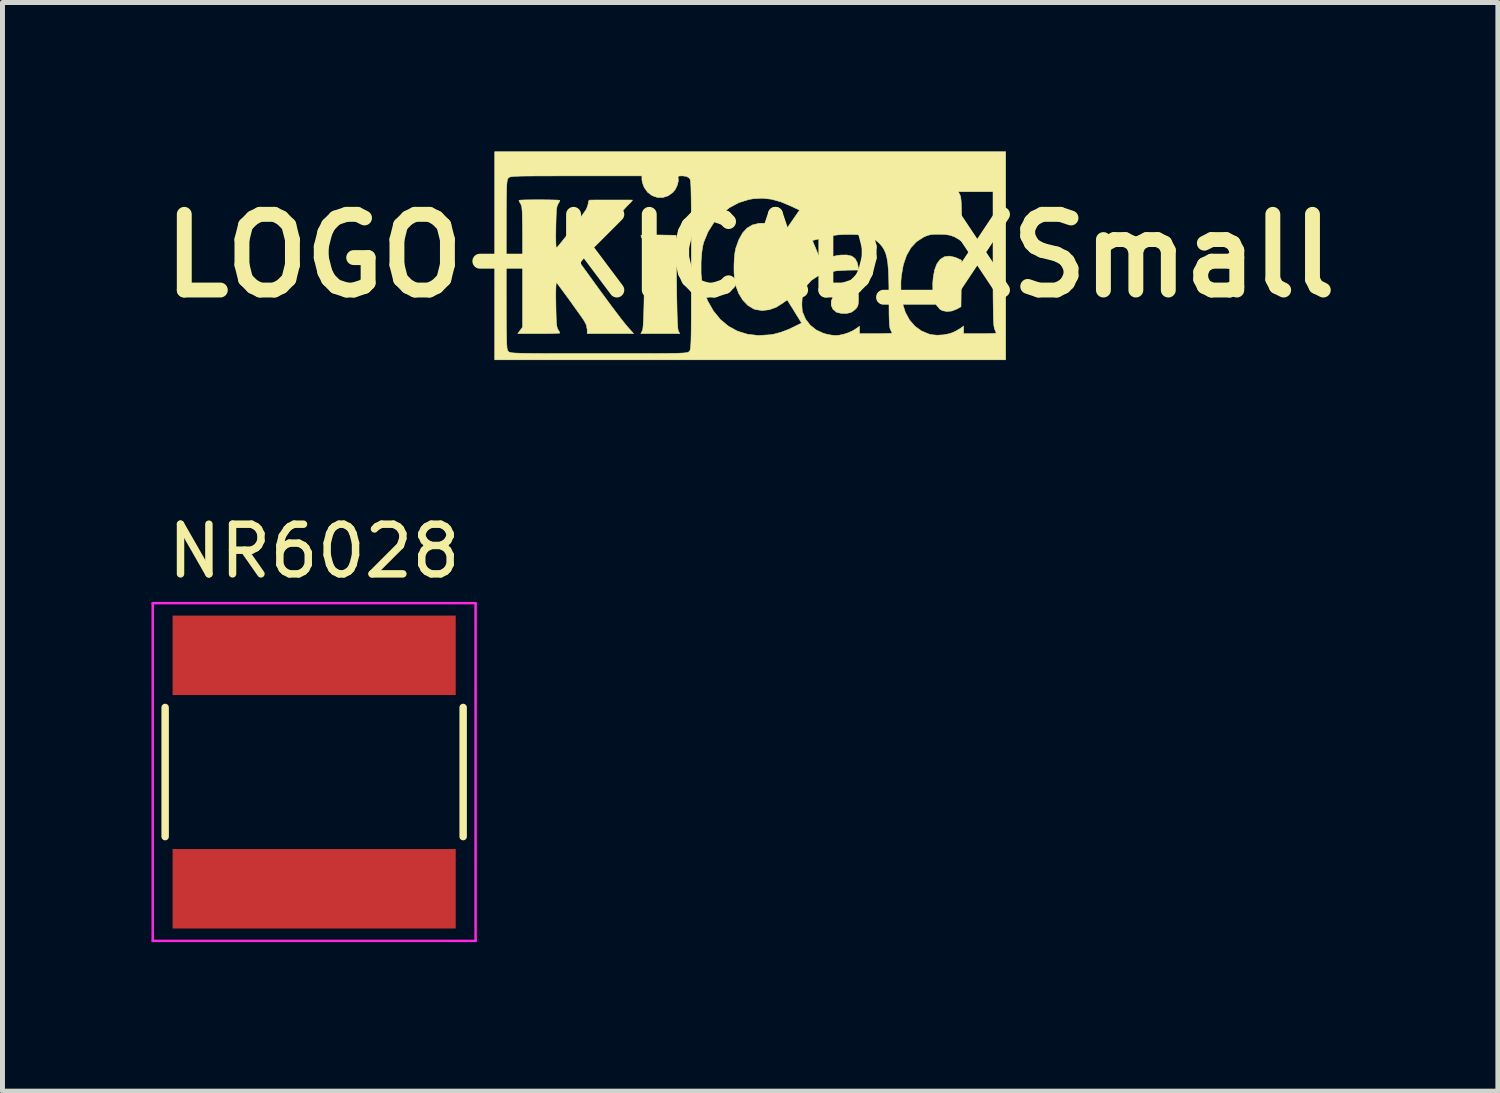
<source format=kicad_pcb>
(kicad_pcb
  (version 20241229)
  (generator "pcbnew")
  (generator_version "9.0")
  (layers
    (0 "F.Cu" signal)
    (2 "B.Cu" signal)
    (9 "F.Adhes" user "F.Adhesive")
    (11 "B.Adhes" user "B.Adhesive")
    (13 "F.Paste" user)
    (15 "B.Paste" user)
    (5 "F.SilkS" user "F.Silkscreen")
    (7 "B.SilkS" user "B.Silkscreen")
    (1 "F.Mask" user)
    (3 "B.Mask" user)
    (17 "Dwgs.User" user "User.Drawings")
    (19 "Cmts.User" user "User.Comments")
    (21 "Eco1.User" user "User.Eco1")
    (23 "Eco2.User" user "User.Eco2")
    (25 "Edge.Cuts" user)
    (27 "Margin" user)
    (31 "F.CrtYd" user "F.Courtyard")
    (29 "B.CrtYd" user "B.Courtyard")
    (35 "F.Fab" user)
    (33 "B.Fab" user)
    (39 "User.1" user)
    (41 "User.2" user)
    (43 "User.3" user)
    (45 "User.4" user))
  (footprint "LOGO-KICAD_XSmall"
    (layer "F.Cu")
    (at 12.054 2.1)
    (property "Reference" "LOGO-KICAD_XSmall" (at 0 0 0) (layer "F.SilkS") (effects (font (size 1.524 1.524) (thickness 0.3))))
    (attr through_hole)
    (fp_poly (pts (xy 4.125 0.031) (xy 4.178 0.053) (xy 4.255 0.09) (xy 4.244 1.025) (xy 4.159 1.073) (xy 4.062 1.111) (xy 3.961 1.122) (xy 3.871 1.104) (xy 3.823 1.078) (xy 3.752 0.995) (xy 3.704 0.879) (xy 3.678 0.73) (xy 3.676 0.55) (xy 3.684 0.448) (xy 3.712 0.286) (xy 3.76 0.161) (xy 3.826 0.072) (xy 3.91 0.02) (xy 4.01 0.006) (xy 4.125 0.031)) (stroke (width 0.01) (type solid)) (fill yes) (layer "F.SilkS"))
    (fp_poly (pts (xy 2.133 0.691) (xy 2.157 0.701) (xy 2.172 0.721) (xy 2.178 0.762) (xy 2.18 0.833) (xy 2.18 0.857) (xy 2.178 0.941) (xy 2.17 0.996) (xy 2.153 1.034) (xy 2.128 1.066) (xy 2.076 1.111) (xy 2.023 1.143) (xy 2.021 1.143) (xy 1.938 1.161) (xy 1.844 1.16) (xy 1.759 1.143) (xy 1.731 1.131) (xy 1.665 1.074) (xy 1.632 0.998) (xy 1.632 0.913) (xy 1.667 0.83) (xy 1.684 0.806) (xy 1.756 0.749) (xy 1.854 0.707) (xy 1.965 0.683) (xy 2.075 0.681) (xy 2.133 0.691)) (stroke (width 0.01) (type solid)) (fill yes) (layer "F.SilkS"))
    (fp_poly (pts (xy -1.847 -0.419) (xy -1.492 -0.413) (xy -1.482 0.529) (xy -1.479 0.77) (xy -1.475 0.971) (xy -1.472 1.136) (xy -1.468 1.268) (xy -1.463 1.369) (xy -1.458 1.442) (xy -1.452 1.49) (xy -1.445 1.516) (xy -1.444 1.519) (xy -1.417 1.566) (xy -2.202 1.566) (xy -2.17 1.504) (xy -2.161 1.466) (xy -2.154 1.391) (xy -2.148 1.286) (xy -2.143 1.155) (xy -2.139 1.005) (xy -2.136 0.841) (xy -2.135 0.668) (xy -2.135 0.493) (xy -2.136 0.321) (xy -2.139 0.157) (xy -2.142 0.007) (xy -2.147 -0.123) (xy -2.153 -0.228) (xy -2.161 -0.301) (xy -2.169 -0.338) (xy -2.17 -0.339) (xy -2.192 -0.382) (xy -2.201 -0.408) (xy -2.181 -0.413) (xy -2.126 -0.417) (xy -2.042 -0.419) (xy -1.937 -0.419) (xy -1.847 -0.419)) (stroke (width 0.01) (type solid)) (fill yes) (layer "F.SilkS"))
    (fp_poly (pts (xy -4.158 -1.127) (xy -4.05 -1.126) (xy -3.956 -1.124) (xy -3.883 -1.122) (xy -3.84 -1.118) (xy -3.831 -1.116) (xy -3.842 -1.088) (xy -3.867 -1.044) (xy -3.868 -1.043) (xy -3.881 -1.017) (xy -3.891 -0.983) (xy -3.899 -0.932) (xy -3.904 -0.86) (xy -3.908 -0.76) (xy -3.911 -0.627) (xy -3.912 -0.562) (xy -3.914 -0.399) (xy -3.913 -0.278) (xy -3.909 -0.198) (xy -3.903 -0.161) (xy -3.898 -0.159) (xy -3.866 -0.195) (xy -3.815 -0.257) (xy -3.749 -0.339) (xy -3.674 -0.435) (xy -3.594 -0.538) (xy -3.515 -0.641) (xy -3.442 -0.738) (xy -3.379 -0.823) (xy -3.331 -0.89) (xy -3.303 -0.931) (xy -3.301 -0.936) (xy -3.274 -0.999) (xy -3.26 -1.058) (xy -3.26 -1.068) (xy -3.249 -1.111) (xy -3.228 -1.122) (xy -3.197 -1.122) (xy -3.132 -1.123) (xy -3.042 -1.123) (xy -2.934 -1.123) (xy -2.818 -1.123) (xy -2.7 -1.123) (xy -2.589 -1.123) (xy -2.493 -1.123) (xy -2.42 -1.123) (xy -2.378 -1.122) (xy -2.372 -1.122) (xy -2.376 -1.109) (xy -2.406 -1.074) (xy -2.455 -1.025) (xy -2.467 -1.013) (xy -2.509 -0.969) (xy -2.573 -0.898) (xy -2.655 -0.803) (xy -2.75 -0.69) (xy -2.854 -0.565) (xy -2.963 -0.432) (xy -3.004 -0.381) (xy -3.427 0.143) (xy -3.015 0.712) (xy -2.909 0.856) (xy -2.806 0.996) (xy -2.708 1.126) (xy -2.621 1.241) (xy -2.548 1.334) (xy -2.493 1.402) (xy -2.475 1.423) (xy -2.347 1.566) (xy -3.281 1.566) (xy -3.281 1.486) (xy -3.299 1.393) (xy -3.341 1.311) (xy -3.369 1.269) (xy -3.416 1.202) (xy -3.477 1.116) (xy -3.547 1.018) (xy -3.621 0.915) (xy -3.695 0.813) (xy -3.765 0.718) (xy -3.825 0.637) (xy -3.87 0.576) (xy -3.897 0.543) (xy -3.899 0.54) (xy -3.906 0.553) (xy -3.91 0.605) (xy -3.913 0.694) (xy -3.914 0.817) (xy -3.912 0.971) (xy -3.912 0.975) (xy -3.909 1.129) (xy -3.906 1.247) (xy -3.902 1.335) (xy -3.896 1.397) (xy -3.888 1.44) (xy -3.878 1.471) (xy -3.868 1.487) (xy -3.842 1.53) (xy -3.831 1.555) (xy -3.831 1.555) (xy -3.851 1.558) (xy -3.907 1.561) (xy -3.993 1.564) (xy -4.102 1.566) (xy -4.228 1.566) (xy -4.255 1.566) (xy -4.679 1.566) (xy -4.631 1.501) (xy -4.583 1.436) (xy -4.583 0.225) (xy -4.583 -0.032) (xy -4.583 -0.251) (xy -4.583 -0.434) (xy -4.584 -0.584) (xy -4.586 -0.706) (xy -4.588 -0.803) (xy -4.59 -0.877) (xy -4.594 -0.934) (xy -4.598 -0.975) (xy -4.604 -1.004) (xy -4.611 -1.025) (xy -4.619 -1.041) (xy -4.624 -1.049) (xy -4.648 -1.091) (xy -4.656 -1.116) (xy -4.655 -1.117) (xy -4.63 -1.121) (xy -4.571 -1.124) (xy -4.486 -1.126) (xy -4.384 -1.127) (xy -4.272 -1.127) (xy -4.158 -1.127)) (stroke (width 0.01) (type solid)) (fill yes) (layer "F.SilkS"))
    (fp_poly (pts (xy 5.144 2.095) (xy -5.144 2.095) (xy -5.144 0.18) (xy -4.911 0.18) (xy -4.911 0.488) (xy -4.911 0.757) (xy -4.91 0.989) (xy -4.91 1.187) (xy -4.909 1.354) (xy -4.908 1.493) (xy -4.906 1.606) (xy -4.904 1.696) (xy -4.902 1.766) (xy -4.898 1.819) (xy -4.895 1.858) (xy -4.89 1.885) (xy -4.884 1.903) (xy -4.878 1.915) (xy -4.871 1.924) (xy -4.868 1.926) (xy -4.86 1.934) (xy -4.849 1.94) (xy -4.833 1.946) (xy -4.81 1.951) (xy -4.775 1.955) (xy -4.728 1.958) (xy -4.664 1.961) (xy -4.581 1.963) (xy -4.477 1.965) (xy -4.349 1.966) (xy -4.194 1.967) (xy -4.008 1.968) (xy -3.791 1.968) (xy -3.538 1.968) (xy -3.248 1.968) (xy -3.048 1.968) (xy -2.733 1.968) (xy -2.457 1.968) (xy -2.218 1.968) (xy -2.013 1.968) (xy -1.84 1.967) (xy -1.695 1.966) (xy -1.576 1.964) (xy -1.481 1.963) (xy -1.406 1.96) (xy -1.348 1.957) (xy -1.306 1.953) (xy -1.276 1.949) (xy -1.256 1.944) (xy -1.242 1.938) (xy -1.233 1.931) (xy -1.228 1.926) (xy -1.22 1.918) (xy -1.213 1.907) (xy -1.208 1.891) (xy -1.203 1.866) (xy -1.199 1.831) (xy -1.195 1.782) (xy -1.192 1.717) (xy -1.19 1.633) (xy -1.188 1.527) (xy -1.187 1.395) (xy -1.186 1.237) (xy -1.186 1.047) (xy -1.186 0.825) (xy -1.185 0.567) (xy -1.185 0.358) (xy -0.989 0.358) (xy -0.967 0.56) (xy -0.921 0.745) (xy -0.858 0.904) (xy -0.741 1.11) (xy -0.6 1.282) (xy -0.437 1.418) (xy -0.254 1.518) (xy -0.052 1.58) (xy 0.167 1.605) (xy 0.402 1.59) (xy 0.48 1.577) (xy 0.622 1.539) (xy 0.777 1.48) (xy 0.84 1.45) (xy 1.035 1.354) (xy 0.895 1.127) (xy 0.842 1.04) (xy 0.805 0.982) (xy 1.04 0.982) (xy 1.047 1.091) (xy 1.056 1.136) (xy 1.115 1.275) (xy 1.208 1.396) (xy 1.329 1.493) (xy 1.472 1.56) (xy 1.542 1.579) (xy 1.641 1.598) (xy 1.718 1.605) (xy 1.79 1.599) (xy 1.877 1.581) (xy 1.895 1.576) (xy 1.983 1.547) (xy 2.069 1.507) (xy 2.111 1.482) (xy 2.201 1.419) (xy 2.201 1.566) (xy 2.529 1.566) (xy 2.642 1.566) (xy 2.738 1.564) (xy 2.81 1.562) (xy 2.851 1.56) (xy 2.857 1.558) (xy 2.849 1.536) (xy 2.827 1.492) (xy 2.826 1.489) (xy 2.816 1.464) (xy 2.809 1.425) (xy 2.803 1.368) (xy 2.799 1.289) (xy 2.796 1.182) (xy 2.795 1.044) (xy 2.794 0.868) (xy 2.794 0.847) (xy 2.793 0.618) (xy 2.791 0.519) (xy 3.034 0.519) (xy 3.035 0.747) (xy 3.065 0.953) (xy 3.123 1.136) (xy 3.208 1.293) (xy 3.319 1.42) (xy 3.453 1.516) (xy 3.609 1.579) (xy 3.648 1.588) (xy 3.76 1.599) (xy 3.887 1.592) (xy 4.008 1.569) (xy 4.081 1.544) (xy 4.153 1.509) (xy 4.219 1.47) (xy 4.234 1.46) (xy 4.297 1.415) (xy 4.297 1.566) (xy 4.625 1.566) (xy 4.737 1.566) (xy 4.833 1.565) (xy 4.905 1.562) (xy 4.946 1.56) (xy 4.953 1.558) (xy 4.946 1.536) (xy 4.927 1.489) (xy 4.921 1.474) (xy 4.915 1.454) (xy 4.909 1.424) (xy 4.904 1.381) (xy 4.9 1.322) (xy 4.897 1.244) (xy 4.895 1.145) (xy 4.893 1.02) (xy 4.891 0.867) (xy 4.89 0.683) (xy 4.89 0.464) (xy 4.89 0.208) (xy 4.889 0.054) (xy 4.889 -1.291) (xy 4.19 -1.291) (xy 4.222 -1.229) (xy 4.234 -1.198) (xy 4.242 -1.154) (xy 4.248 -1.09) (xy 4.252 -1.001) (xy 4.254 -0.881) (xy 4.255 -0.73) (xy 4.255 -0.293) (xy 4.196 -0.334) (xy 4.111 -0.383) (xy 4.022 -0.414) (xy 3.916 -0.43) (xy 3.799 -0.434) (xy 3.7 -0.432) (xy 3.628 -0.425) (xy 3.568 -0.409) (xy 3.504 -0.382) (xy 3.489 -0.375) (xy 3.35 -0.285) (xy 3.236 -0.162) (xy 3.147 -0.007) (xy 3.083 0.181) (xy 3.044 0.403) (xy 3.034 0.519) (xy 2.791 0.519) (xy 2.789 0.428) (xy 2.781 0.27) (xy 2.77 0.141) (xy 2.752 0.036) (xy 2.729 -0.05) (xy 2.699 -0.12) (xy 2.661 -0.181) (xy 2.615 -0.236) (xy 2.591 -0.26) (xy 2.511 -0.326) (xy 2.425 -0.374) (xy 2.324 -0.406) (xy 2.201 -0.424) (xy 2.046 -0.43) (xy 2 -0.43) (xy 1.869 -0.428) (xy 1.764 -0.421) (xy 1.668 -0.409) (xy 1.566 -0.387) (xy 1.489 -0.368) (xy 1.253 -0.307) (xy 1.338 -0.103) (xy 1.422 0.101) (xy 1.55 0.049) (xy 1.645 0.018) (xy 1.753 -0.006) (xy 1.823 -0.015) (xy 1.95 -0.016) (xy 2.046 0.007) (xy 2.112 0.057) (xy 2.155 0.136) (xy 2.171 0.206) (xy 2.184 0.287) (xy 1.965 0.289) (xy 1.732 0.303) (xy 1.532 0.341) (xy 1.366 0.405) (xy 1.232 0.494) (xy 1.13 0.608) (xy 1.095 0.667) (xy 1.065 0.753) (xy 1.046 0.864) (xy 1.04 0.982) (xy 0.805 0.982) (xy 0.796 0.968) (xy 0.764 0.916) (xy 0.749 0.892) (xy 0.749 0.892) (xy 0.73 0.899) (xy 0.69 0.927) (xy 0.659 0.95) (xy 0.525 1.035) (xy 0.383 1.086) (xy 0.241 1.102) (xy 0.107 1.082) (xy 0.068 1.068) (xy -0.047 0.998) (xy -0.148 0.893) (xy -0.231 0.758) (xy -0.291 0.6) (xy -0.298 0.572) (xy -0.315 0.468) (xy -0.325 0.339) (xy -0.326 0.198) (xy -0.32 0.059) (xy -0.307 -0.066) (xy -0.288 -0.158) (xy -0.226 -0.329) (xy -0.151 -0.462) (xy -0.062 -0.558) (xy 0.045 -0.621) (xy 0.172 -0.652) (xy 0.254 -0.656) (xy 0.399 -0.641) (xy 0.527 -0.591) (xy 0.609 -0.537) (xy 0.658 -0.506) (xy 0.693 -0.497) (xy 0.699 -0.5) (xy 0.718 -0.524) (xy 0.755 -0.575) (xy 0.805 -0.646) (xy 0.855 -0.719) (xy 0.993 -0.919) (xy 0.82 -1.001) (xy 0.615 -1.087) (xy 0.426 -1.139) (xy 0.245 -1.159) (xy 0.062 -1.149) (xy -0.032 -1.132) (xy -0.231 -1.069) (xy -0.417 -0.969) (xy -0.584 -0.836) (xy -0.729 -0.673) (xy -0.847 -0.486) (xy -0.934 -0.277) (xy -0.941 -0.254) (xy -0.958 -0.18) (xy -0.973 -0.076) (xy -0.984 0.046) (xy -0.989 0.128) (xy -0.989 0.358) (xy -1.185 0.358) (xy -1.185 0.27) (xy -1.185 0.18) (xy -1.185 -0.128) (xy -1.185 -0.397) (xy -1.186 -0.629) (xy -1.186 -0.827) (xy -1.187 -0.994) (xy -1.188 -1.133) (xy -1.19 -1.246) (xy -1.192 -1.336) (xy -1.194 -1.406) (xy -1.198 -1.459) (xy -1.201 -1.498) (xy -1.206 -1.525) (xy -1.212 -1.543) (xy -1.218 -1.555) (xy -1.225 -1.564) (xy -1.228 -1.566) (xy -1.28 -1.598) (xy -1.359 -1.609) (xy -1.367 -1.609) (xy -1.425 -1.607) (xy -1.451 -1.598) (xy -1.453 -1.577) (xy -1.45 -1.567) (xy -1.447 -1.502) (xy -1.468 -1.421) (xy -1.506 -1.34) (xy -1.553 -1.279) (xy -1.651 -1.208) (xy -1.759 -1.173) (xy -1.869 -1.175) (xy -1.974 -1.211) (xy -2.065 -1.28) (xy -2.133 -1.375) (xy -2.161 -1.447) (xy -2.178 -1.516) (xy -2.18 -1.539) (xy -2.18 -1.609) (xy -3.503 -1.609) (xy -3.772 -1.609) (xy -4.003 -1.608) (xy -4.197 -1.608) (xy -4.358 -1.607) (xy -4.49 -1.606) (xy -4.596 -1.605) (xy -4.678 -1.602) (xy -4.741 -1.599) (xy -4.786 -1.595) (xy -4.818 -1.591) (xy -4.84 -1.585) (xy -4.854 -1.578) (xy -4.865 -1.57) (xy -4.868 -1.566) (xy -4.876 -1.558) (xy -4.883 -1.547) (xy -4.888 -1.531) (xy -4.893 -1.506) (xy -4.897 -1.471) (xy -4.901 -1.423) (xy -4.904 -1.357) (xy -4.906 -1.273) (xy -4.908 -1.167) (xy -4.909 -1.036) (xy -4.91 -0.877) (xy -4.91 -0.688) (xy -4.91 -0.465) (xy -4.911 -0.207) (xy -4.911 0.09) (xy -4.911 0.18) (xy -5.144 0.18) (xy -5.144 -2.095) (xy 5.144 -2.095) (xy 5.144 2.095)) (stroke (width 0.01) (type solid)) (fill yes) (layer "F.SilkS")))
  (footprint "NR6028"
    (layer "F.Cu")
    (at 3.275 12.494)
    (property "Reference" "NR6028" (at 0 -4.445 0) (layer "F.SilkS") (effects (font (size 1 1) (thickness 0.15))))
    (attr through_hole)
    (fp_line (start -3 -1.3) (end -3 1.3) (stroke (width 0.15) (type solid)) (layer "F.SilkS"))
    (fp_line (start 3 -1.3) (end 3 1.3) (stroke (width 0.15) (type solid)) (layer "F.SilkS"))
    (fp_line (start -3.25 -3.4) (end -3.25 3.4) (stroke (width 0.05) (type solid)) (layer "F.CrtYd"))
    (fp_line (start -3.25 3.4) (end 3.25 3.4) (stroke (width 0.05) (type solid)) (layer "F.CrtYd"))
    (fp_line (start 3.25 -3.4) (end -3.25 -3.4) (stroke (width 0.05) (type solid)) (layer "F.CrtYd"))
    (fp_line (start 3.25 3.4) (end 3.25 -3.4) (stroke (width 0.05) (type solid)) (layer "F.CrtYd"))
    (pad "1" smd rect (at 0 -2.35 90) (size 1.6 5.7) (layers "F.Cu" "F.Mask" "F.Paste"))
    (pad "2" smd rect (at 0 2.35 90) (size 1.6 5.7) (layers "F.Cu" "F.Mask" "F.Paste")))
  (gr_rect
    (start -3 -3)
    (end 27.108 18.919)
    (stroke (width 0.1) (type default))
    (fill no)
    (layer "Edge.Cuts")))
</source>
